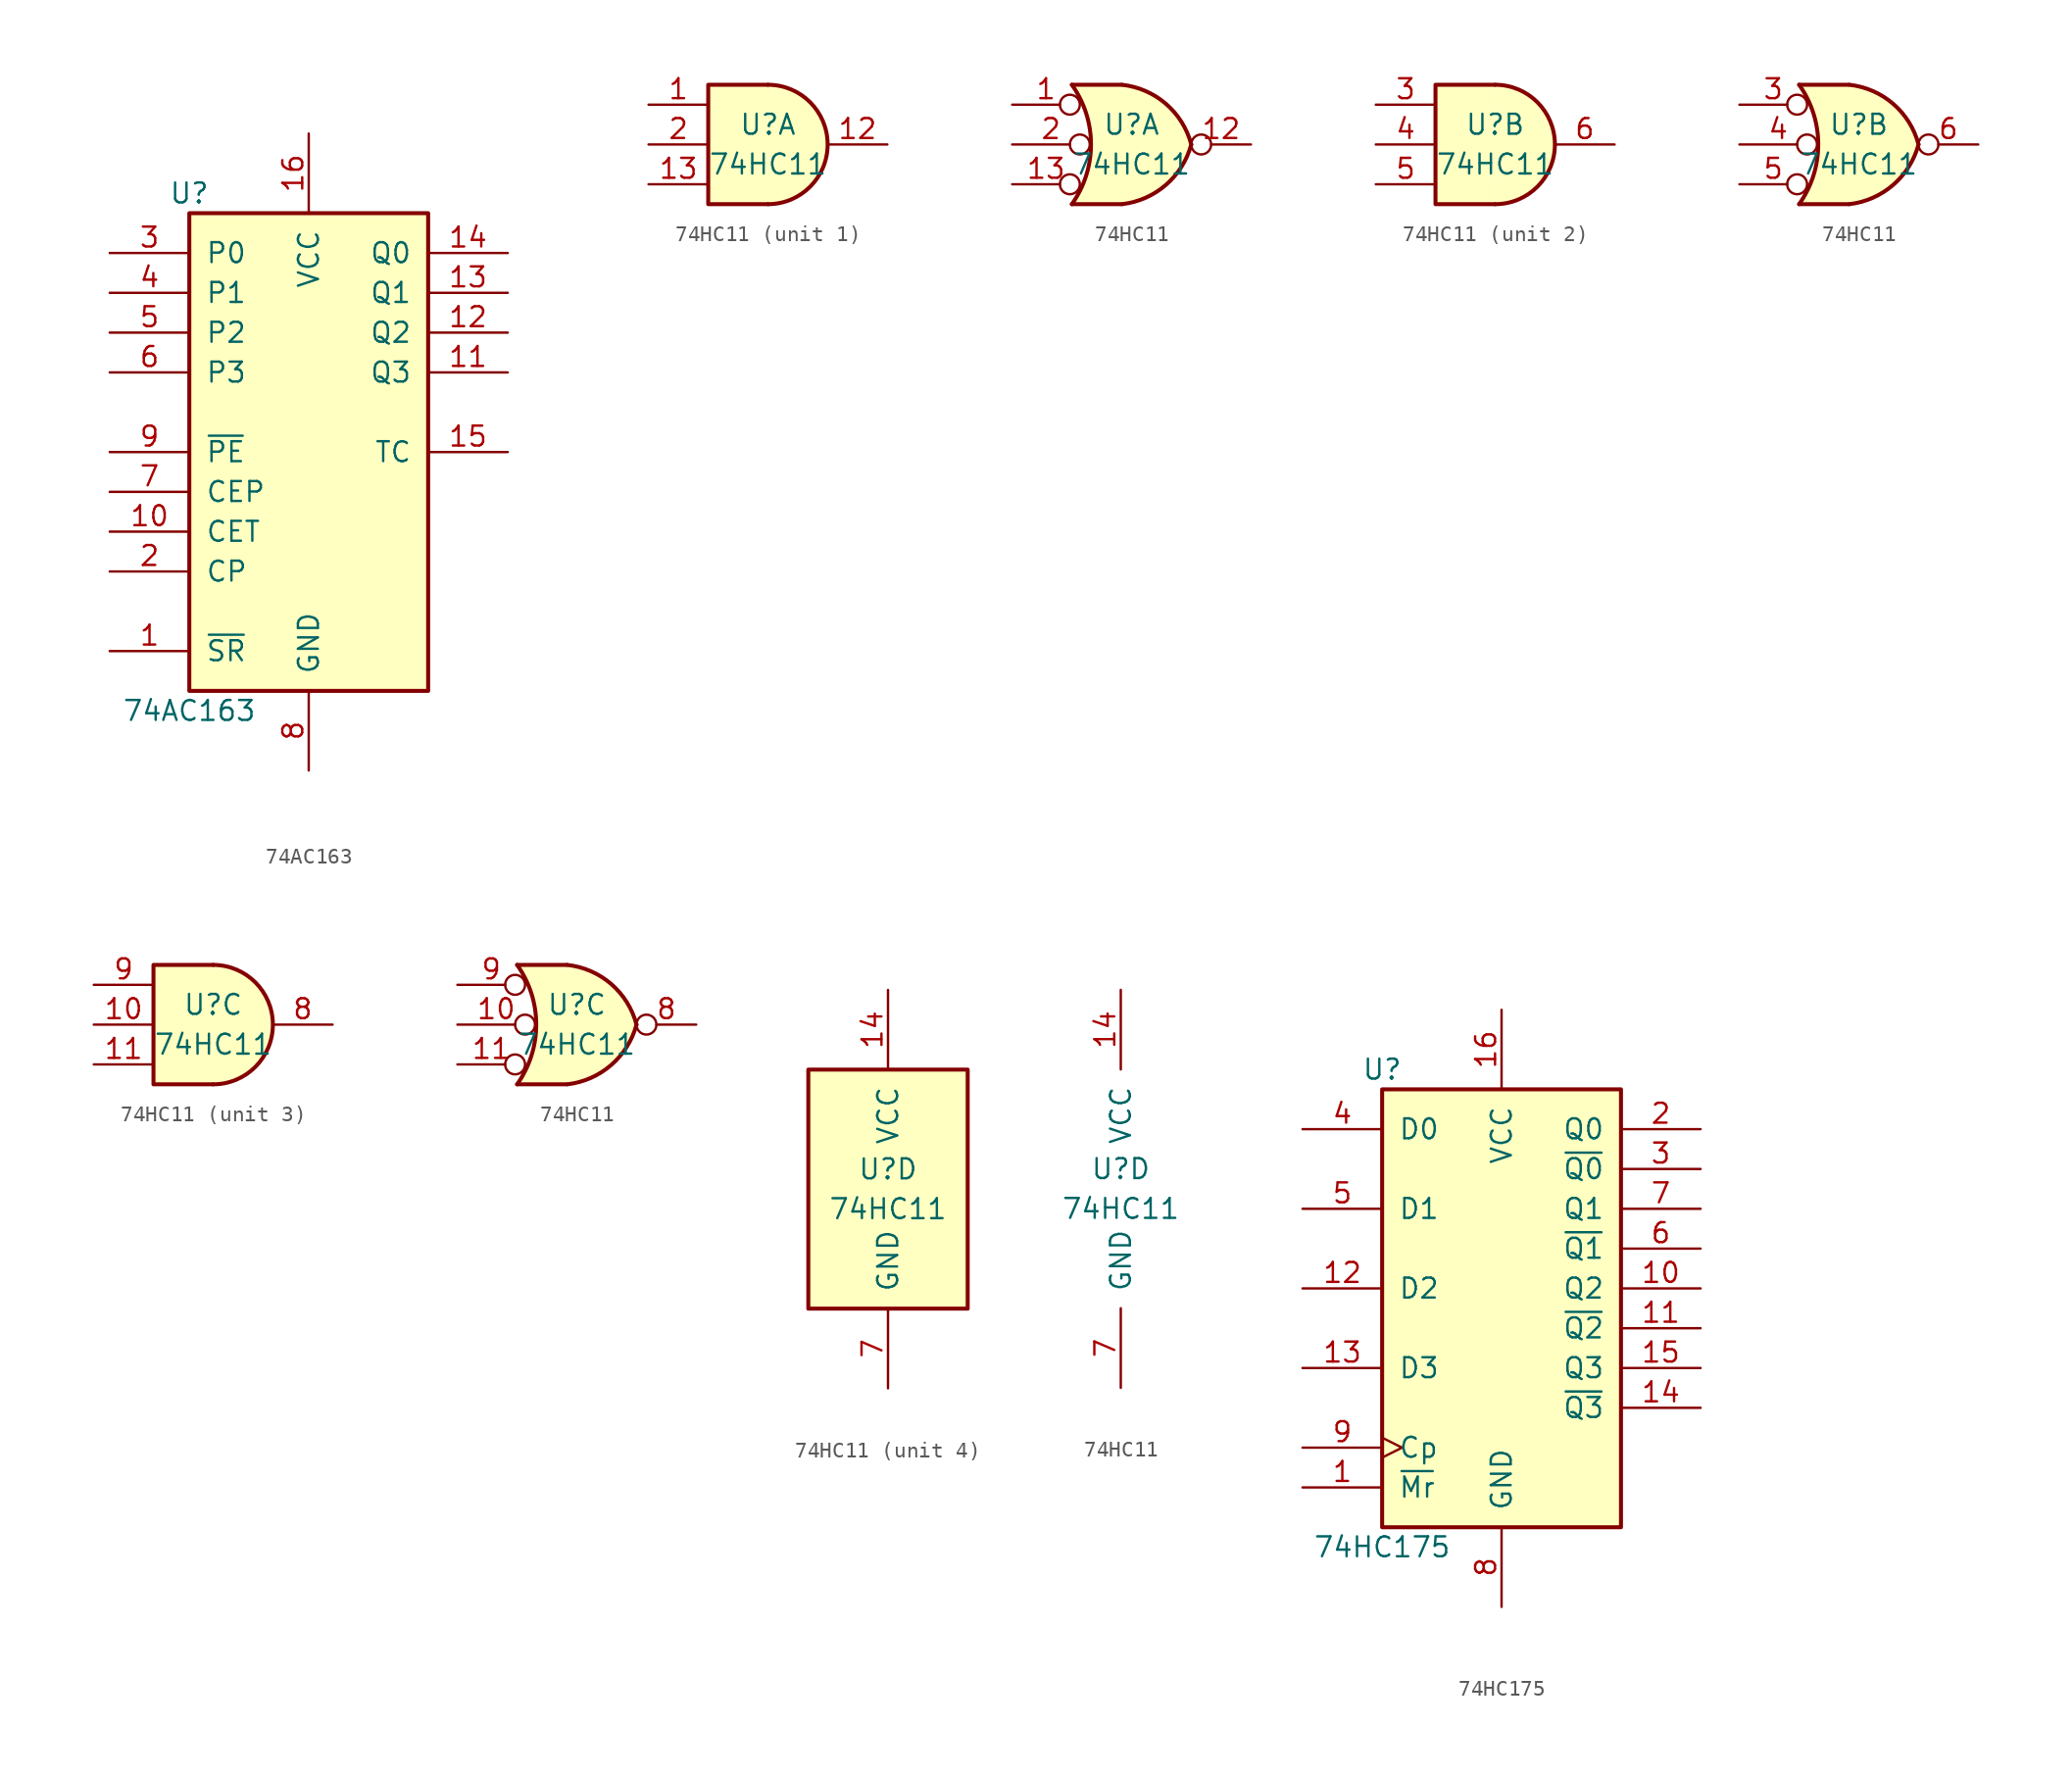
<source format=kicad_sym>
(kicad_symbol_lib
  (version 20211014)
  (generator kicad_symbol_editor)
  (symbol "74AC163"
    (pin_names
      (offset 1.016))
    (property "Reference" "U"
      (at -7.62 16.51 0)
      (effects (font (size 1.27 1.27))))
    (property "Value" "74AC163"
      (at -7.62 -16.51 0)
      (effects (font (size 1.27 1.27))))
    (symbol "74AC163_1_0"
      (pin input line (at -12.7 -12.7 0) (length 5.08) (name "~{SR}" (effects (font (size 1.27 1.27)))) (number "1" (effects (font (size 1.27 1.27)))))
      (pin input line (at -12.7 -5.08 0) (length 5.08) (name "CET" (effects (font (size 1.27 1.27)))) (number "10" (effects (font (size 1.27 1.27)))))
      (pin output line (at 12.7 5.08 180) (length 5.08) (name "Q3" (effects (font (size 1.27 1.27)))) (number "11" (effects (font (size 1.27 1.27)))))
      (pin output line (at 12.7 7.62 180) (length 5.08) (name "Q2" (effects (font (size 1.27 1.27)))) (number "12" (effects (font (size 1.27 1.27)))))
      (pin output line (at 12.7 10.16 180) (length 5.08) (name "Q1" (effects (font (size 1.27 1.27)))) (number "13" (effects (font (size 1.27 1.27)))))
      (pin output line (at 12.7 12.7 180) (length 5.08) (name "Q0" (effects (font (size 1.27 1.27)))) (number "14" (effects (font (size 1.27 1.27)))))
      (pin output line (at 12.7 0 180) (length 5.08) (name "TC" (effects (font (size 1.27 1.27)))) (number "15" (effects (font (size 1.27 1.27)))))
      (pin power_in line (at 0 20.32 270) (length 5.08) (name "VCC" (effects (font (size 1.27 1.27)))) (number "16" (effects (font (size 1.27 1.27)))))
      (pin input line (at -12.7 -7.62 0) (length 5.08) (name "CP" (effects (font (size 1.27 1.27)))) (number "2" (effects (font (size 1.27 1.27)))))
      (pin input line (at -12.7 12.7 0) (length 5.08) (name "P0" (effects (font (size 1.27 1.27)))) (number "3" (effects (font (size 1.27 1.27)))))
      (pin input line (at -12.7 10.16 0) (length 5.08) (name "P1" (effects (font (size 1.27 1.27)))) (number "4" (effects (font (size 1.27 1.27)))))
      (pin input line (at -12.7 7.62 0) (length 5.08) (name "P2" (effects (font (size 1.27 1.27)))) (number "5" (effects (font (size 1.27 1.27)))))
      (pin input line (at -12.7 5.08 0) (length 5.08) (name "P3" (effects (font (size 1.27 1.27)))) (number "6" (effects (font (size 1.27 1.27)))))
      (pin input line (at -12.7 -2.54 0) (length 5.08) (name "CEP" (effects (font (size 1.27 1.27)))) (number "7" (effects (font (size 1.27 1.27)))))
      (pin power_in line (at 0 -20.32 90) (length 5.08) (name "GND" (effects (font (size 1.27 1.27)))) (number "8" (effects (font (size 1.27 1.27)))))
      (pin input line (at -12.7 0 0) (length 5.08) (name "~{PE}" (effects (font (size 1.27 1.27)))) (number "9" (effects (font (size 1.27 1.27))))))
    (symbol "74AC163_1_1"
      (rectangle (start -7.62 15.24) (end 7.62 -15.24) (stroke (width 0.254) (type default) (color 0 0 0 0)) (fill (type background)))))
  (symbol "74HC11"
    (pin_names
      (offset 1.016))
    (property "Reference" "U"
      (at 0 1.27 0)
      (effects (font (size 1.27 1.27))))
    (property "Value" "74HC11"
      (at 0 -1.27 0)
      (effects (font (size 1.27 1.27))))
    (property "ki_locked" ""
      (at 0 0 0)
      (effects (font (size 1.27 1.27))))
    (symbol "74HC11_1_1"
      (arc (start 0 -3.81) (mid 3.81 0) (end 0 3.81) (stroke (width 0.254) (type default) (color 0 0 0 0)) (fill (type background)))
      (polyline (pts (xy 0 3.81) (xy -3.81 3.81) (xy -3.81 -3.81) (xy 0 -3.81)) (stroke (width 0.254) (type default) (color 0 0 0 0)) (fill (type background)))
      (pin input line (at -7.62 2.54 0) (length 3.81) (name "~" (effects (font (size 1.27 1.27)))) (number "1" (effects (font (size 1.27 1.27)))))
      (pin output line (at 7.62 0 180) (length 3.81) (name "~" (effects (font (size 1.27 1.27)))) (number "12" (effects (font (size 1.27 1.27)))))
      (pin input line (at -7.62 -2.54 0) (length 3.81) (name "~" (effects (font (size 1.27 1.27)))) (number "13" (effects (font (size 1.27 1.27)))))
      (pin input line (at -7.62 0 0) (length 3.81) (name "~" (effects (font (size 1.27 1.27)))) (number "2" (effects (font (size 1.27 1.27))))))
    (symbol "74HC11_1_2"
      (arc (start -3.81 -3.81) (mid -2.589 0) (end -3.81 3.81) (stroke (width 0.254) (type default) (color 0 0 0 0)) (fill (type none)))
      (arc (start -0.6096 -3.81) (mid 2.1842 -2.5851) (end 3.81 0) (stroke (width 0.254) (type default) (color 0 0 0 0)) (fill (type background)))
      (polyline (pts (xy -3.81 -3.81) (xy -0.635 -3.81)) (stroke (width 0.254) (type default) (color 0 0 0 0)) (fill (type background)))
      (polyline (pts (xy -3.81 3.81) (xy -0.635 3.81)) (stroke (width 0.254) (type default) (color 0 0 0 0)) (fill (type background)))
      (polyline (pts (xy -0.635 3.81) (xy -3.81 3.81) (xy -3.81 3.81) (xy -3.556 3.404) (xy -3.023 2.261) (xy -2.692 1.041) (xy -2.616 -0.254) (xy -2.769 -1.499) (xy -3.175 -2.718) (xy -3.81 -3.81) (xy -3.81 -3.81) (xy -0.635 -3.81)) (stroke (width -25.4) (type default) (color 0 0 0 0)) (fill (type background)))
      (arc (start 3.81 0) (mid 2.1915 2.5936) (end -0.6096 3.81) (stroke (width 0.254) (type default) (color 0 0 0 0)) (fill (type background)))
      (pin input inverted (at -7.62 2.54 0) (length 4.318) (name "~" (effects (font (size 1.27 1.27)))) (number "1" (effects (font (size 1.27 1.27)))))
      (pin output inverted (at 7.62 0 180) (length 3.81) (name "~" (effects (font (size 1.27 1.27)))) (number "12" (effects (font (size 1.27 1.27)))))
      (pin input inverted (at -7.62 -2.54 0) (length 4.318) (name "~" (effects (font (size 1.27 1.27)))) (number "13" (effects (font (size 1.27 1.27)))))
      (pin input inverted (at -7.62 0 0) (length 4.953) (name "~" (effects (font (size 1.27 1.27)))) (number "2" (effects (font (size 1.27 1.27))))))
    (symbol "74HC11_2_1"
      (arc (start 0 -3.81) (mid 3.81 0) (end 0 3.81) (stroke (width 0.254) (type default) (color 0 0 0 0)) (fill (type background)))
      (polyline (pts (xy 0 3.81) (xy -3.81 3.81) (xy -3.81 -3.81) (xy 0 -3.81)) (stroke (width 0.254) (type default) (color 0 0 0 0)) (fill (type background)))
      (pin input line (at -7.62 2.54 0) (length 3.81) (name "~" (effects (font (size 1.27 1.27)))) (number "3" (effects (font (size 1.27 1.27)))))
      (pin input line (at -7.62 0 0) (length 3.81) (name "~" (effects (font (size 1.27 1.27)))) (number "4" (effects (font (size 1.27 1.27)))))
      (pin input line (at -7.62 -2.54 0) (length 3.81) (name "~" (effects (font (size 1.27 1.27)))) (number "5" (effects (font (size 1.27 1.27)))))
      (pin output line (at 7.62 0 180) (length 3.81) (name "~" (effects (font (size 1.27 1.27)))) (number "6" (effects (font (size 1.27 1.27))))))
    (symbol "74HC11_2_2"
      (arc (start -3.81 -3.81) (mid -2.589 0) (end -3.81 3.81) (stroke (width 0.254) (type default) (color 0 0 0 0)) (fill (type none)))
      (arc (start -0.6096 -3.81) (mid 2.1842 -2.5851) (end 3.81 0) (stroke (width 0.254) (type default) (color 0 0 0 0)) (fill (type background)))
      (polyline (pts (xy -3.81 -3.81) (xy -0.635 -3.81)) (stroke (width 0.254) (type default) (color 0 0 0 0)) (fill (type background)))
      (polyline (pts (xy -3.81 3.81) (xy -0.635 3.81)) (stroke (width 0.254) (type default) (color 0 0 0 0)) (fill (type background)))
      (polyline (pts (xy -0.635 3.81) (xy -3.81 3.81) (xy -3.81 3.81) (xy -3.556 3.404) (xy -3.023 2.261) (xy -2.692 1.041) (xy -2.616 -0.254) (xy -2.769 -1.499) (xy -3.175 -2.718) (xy -3.81 -3.81) (xy -3.81 -3.81) (xy -0.635 -3.81)) (stroke (width -25.4) (type default) (color 0 0 0 0)) (fill (type background)))
      (arc (start 3.81 0) (mid 2.1915 2.5936) (end -0.6096 3.81) (stroke (width 0.254) (type default) (color 0 0 0 0)) (fill (type background)))
      (pin input inverted (at -7.62 2.54 0) (length 4.318) (name "~" (effects (font (size 1.27 1.27)))) (number "3" (effects (font (size 1.27 1.27)))))
      (pin input inverted (at -7.62 0 0) (length 4.953) (name "~" (effects (font (size 1.27 1.27)))) (number "4" (effects (font (size 1.27 1.27)))))
      (pin input inverted (at -7.62 -2.54 0) (length 4.318) (name "~" (effects (font (size 1.27 1.27)))) (number "5" (effects (font (size 1.27 1.27)))))
      (pin output inverted (at 7.62 0 180) (length 3.81) (name "~" (effects (font (size 1.27 1.27)))) (number "6" (effects (font (size 1.27 1.27))))))
    (symbol "74HC11_3_1"
      (arc (start 0 -3.81) (mid 3.81 0) (end 0 3.81) (stroke (width 0.254) (type default) (color 0 0 0 0)) (fill (type background)))
      (polyline (pts (xy 0 3.81) (xy -3.81 3.81) (xy -3.81 -3.81) (xy 0 -3.81)) (stroke (width 0.254) (type default) (color 0 0 0 0)) (fill (type background)))
      (pin input line (at -7.62 0 0) (length 3.81) (name "~" (effects (font (size 1.27 1.27)))) (number "10" (effects (font (size 1.27 1.27)))))
      (pin input line (at -7.62 -2.54 0) (length 3.81) (name "~" (effects (font (size 1.27 1.27)))) (number "11" (effects (font (size 1.27 1.27)))))
      (pin output line (at 7.62 0 180) (length 3.81) (name "~" (effects (font (size 1.27 1.27)))) (number "8" (effects (font (size 1.27 1.27)))))
      (pin input line (at -7.62 2.54 0) (length 3.81) (name "~" (effects (font (size 1.27 1.27)))) (number "9" (effects (font (size 1.27 1.27))))))
    (symbol "74HC11_3_2"
      (arc (start -3.81 -3.81) (mid -2.589 0) (end -3.81 3.81) (stroke (width 0.254) (type default) (color 0 0 0 0)) (fill (type none)))
      (arc (start -0.6096 -3.81) (mid 2.1842 -2.5851) (end 3.81 0) (stroke (width 0.254) (type default) (color 0 0 0 0)) (fill (type background)))
      (polyline (pts (xy -3.81 -3.81) (xy -0.635 -3.81)) (stroke (width 0.254) (type default) (color 0 0 0 0)) (fill (type background)))
      (polyline (pts (xy -3.81 3.81) (xy -0.635 3.81)) (stroke (width 0.254) (type default) (color 0 0 0 0)) (fill (type background)))
      (polyline (pts (xy -0.635 3.81) (xy -3.81 3.81) (xy -3.81 3.81) (xy -3.556 3.404) (xy -3.023 2.261) (xy -2.692 1.041) (xy -2.616 -0.254) (xy -2.769 -1.499) (xy -3.175 -2.718) (xy -3.81 -3.81) (xy -3.81 -3.81) (xy -0.635 -3.81)) (stroke (width -25.4) (type default) (color 0 0 0 0)) (fill (type background)))
      (arc (start 3.81 0) (mid 2.1915 2.5936) (end -0.6096 3.81) (stroke (width 0.254) (type default) (color 0 0 0 0)) (fill (type background)))
      (pin input inverted (at -7.62 0 0) (length 4.953) (name "~" (effects (font (size 1.27 1.27)))) (number "10" (effects (font (size 1.27 1.27)))))
      (pin input inverted (at -7.62 -2.54 0) (length 4.318) (name "~" (effects (font (size 1.27 1.27)))) (number "11" (effects (font (size 1.27 1.27)))))
      (pin output inverted (at 7.62 0 180) (length 3.81) (name "~" (effects (font (size 1.27 1.27)))) (number "8" (effects (font (size 1.27 1.27)))))
      (pin input inverted (at -7.62 2.54 0) (length 4.318) (name "~" (effects (font (size 1.27 1.27)))) (number "9" (effects (font (size 1.27 1.27))))))
    (symbol "74HC11_4_0"
      (pin power_in line (at 0 12.7 270) (length 5.08) (name "VCC" (effects (font (size 1.27 1.27)))) (number "14" (effects (font (size 1.27 1.27)))))
      (pin power_in line (at 0 -12.7 90) (length 5.08) (name "GND" (effects (font (size 1.27 1.27)))) (number "7" (effects (font (size 1.27 1.27))))))
    (symbol "74HC11_4_1"
      (rectangle (start -5.08 7.62) (end 5.08 -7.62) (stroke (width 0.254) (type default) (color 0 0 0 0)) (fill (type background)))))
  (symbol "74HC175"
    (pin_names
      (offset 1.016))
    (property "Reference" "U"
      (at -7.62 13.97 0)
      (effects (font (size 1.27 1.27))))
    (property "Value" "74HC175"
      (at -7.62 -16.51 0)
      (effects (font (size 1.27 1.27))))
    (symbol "74HC175_1_0"
      (pin input line (at -12.7 -12.7 0) (length 5.08) (name "~{Mr}" (effects (font (size 1.27 1.27)))) (number "1" (effects (font (size 1.27 1.27)))))
      (pin output line (at 12.7 0 180) (length 5.08) (name "Q2" (effects (font (size 1.27 1.27)))) (number "10" (effects (font (size 1.27 1.27)))))
      (pin output line (at 12.7 -2.54 180) (length 5.08) (name "~{Q2}" (effects (font (size 1.27 1.27)))) (number "11" (effects (font (size 1.27 1.27)))))
      (pin input line (at -12.7 0 0) (length 5.08) (name "D2" (effects (font (size 1.27 1.27)))) (number "12" (effects (font (size 1.27 1.27)))))
      (pin input line (at -12.7 -5.08 0) (length 5.08) (name "D3" (effects (font (size 1.27 1.27)))) (number "13" (effects (font (size 1.27 1.27)))))
      (pin output line (at 12.7 -7.62 180) (length 5.08) (name "~{Q3}" (effects (font (size 1.27 1.27)))) (number "14" (effects (font (size 1.27 1.27)))))
      (pin output line (at 12.7 -5.08 180) (length 5.08) (name "Q3" (effects (font (size 1.27 1.27)))) (number "15" (effects (font (size 1.27 1.27)))))
      (pin power_in line (at 0 17.78 270) (length 5.08) (name "VCC" (effects (font (size 1.27 1.27)))) (number "16" (effects (font (size 1.27 1.27)))))
      (pin output line (at 12.7 10.16 180) (length 5.08) (name "Q0" (effects (font (size 1.27 1.27)))) (number "2" (effects (font (size 1.27 1.27)))))
      (pin output line (at 12.7 7.62 180) (length 5.08) (name "~{Q0}" (effects (font (size 1.27 1.27)))) (number "3" (effects (font (size 1.27 1.27)))))
      (pin input line (at -12.7 10.16 0) (length 5.08) (name "D0" (effects (font (size 1.27 1.27)))) (number "4" (effects (font (size 1.27 1.27)))))
      (pin input line (at -12.7 5.08 0) (length 5.08) (name "D1" (effects (font (size 1.27 1.27)))) (number "5" (effects (font (size 1.27 1.27)))))
      (pin output line (at 12.7 2.54 180) (length 5.08) (name "~{Q1}" (effects (font (size 1.27 1.27)))) (number "6" (effects (font (size 1.27 1.27)))))
      (pin output line (at 12.7 5.08 180) (length 5.08) (name "Q1" (effects (font (size 1.27 1.27)))) (number "7" (effects (font (size 1.27 1.27)))))
      (pin power_in line (at 0 -20.32 90) (length 5.08) (name "GND" (effects (font (size 1.27 1.27)))) (number "8" (effects (font (size 1.27 1.27)))))
      (pin input clock (at -12.7 -10.16 0) (length 5.08) (name "Cp" (effects (font (size 1.27 1.27)))) (number "9" (effects (font (size 1.27 1.27))))))
    (symbol "74HC175_1_1"
      (rectangle (start -7.62 12.7) (end 7.62 -15.24) (stroke (width 0.254) (type default) (color 0 0 0 0)) (fill (type background))))))
</source>
